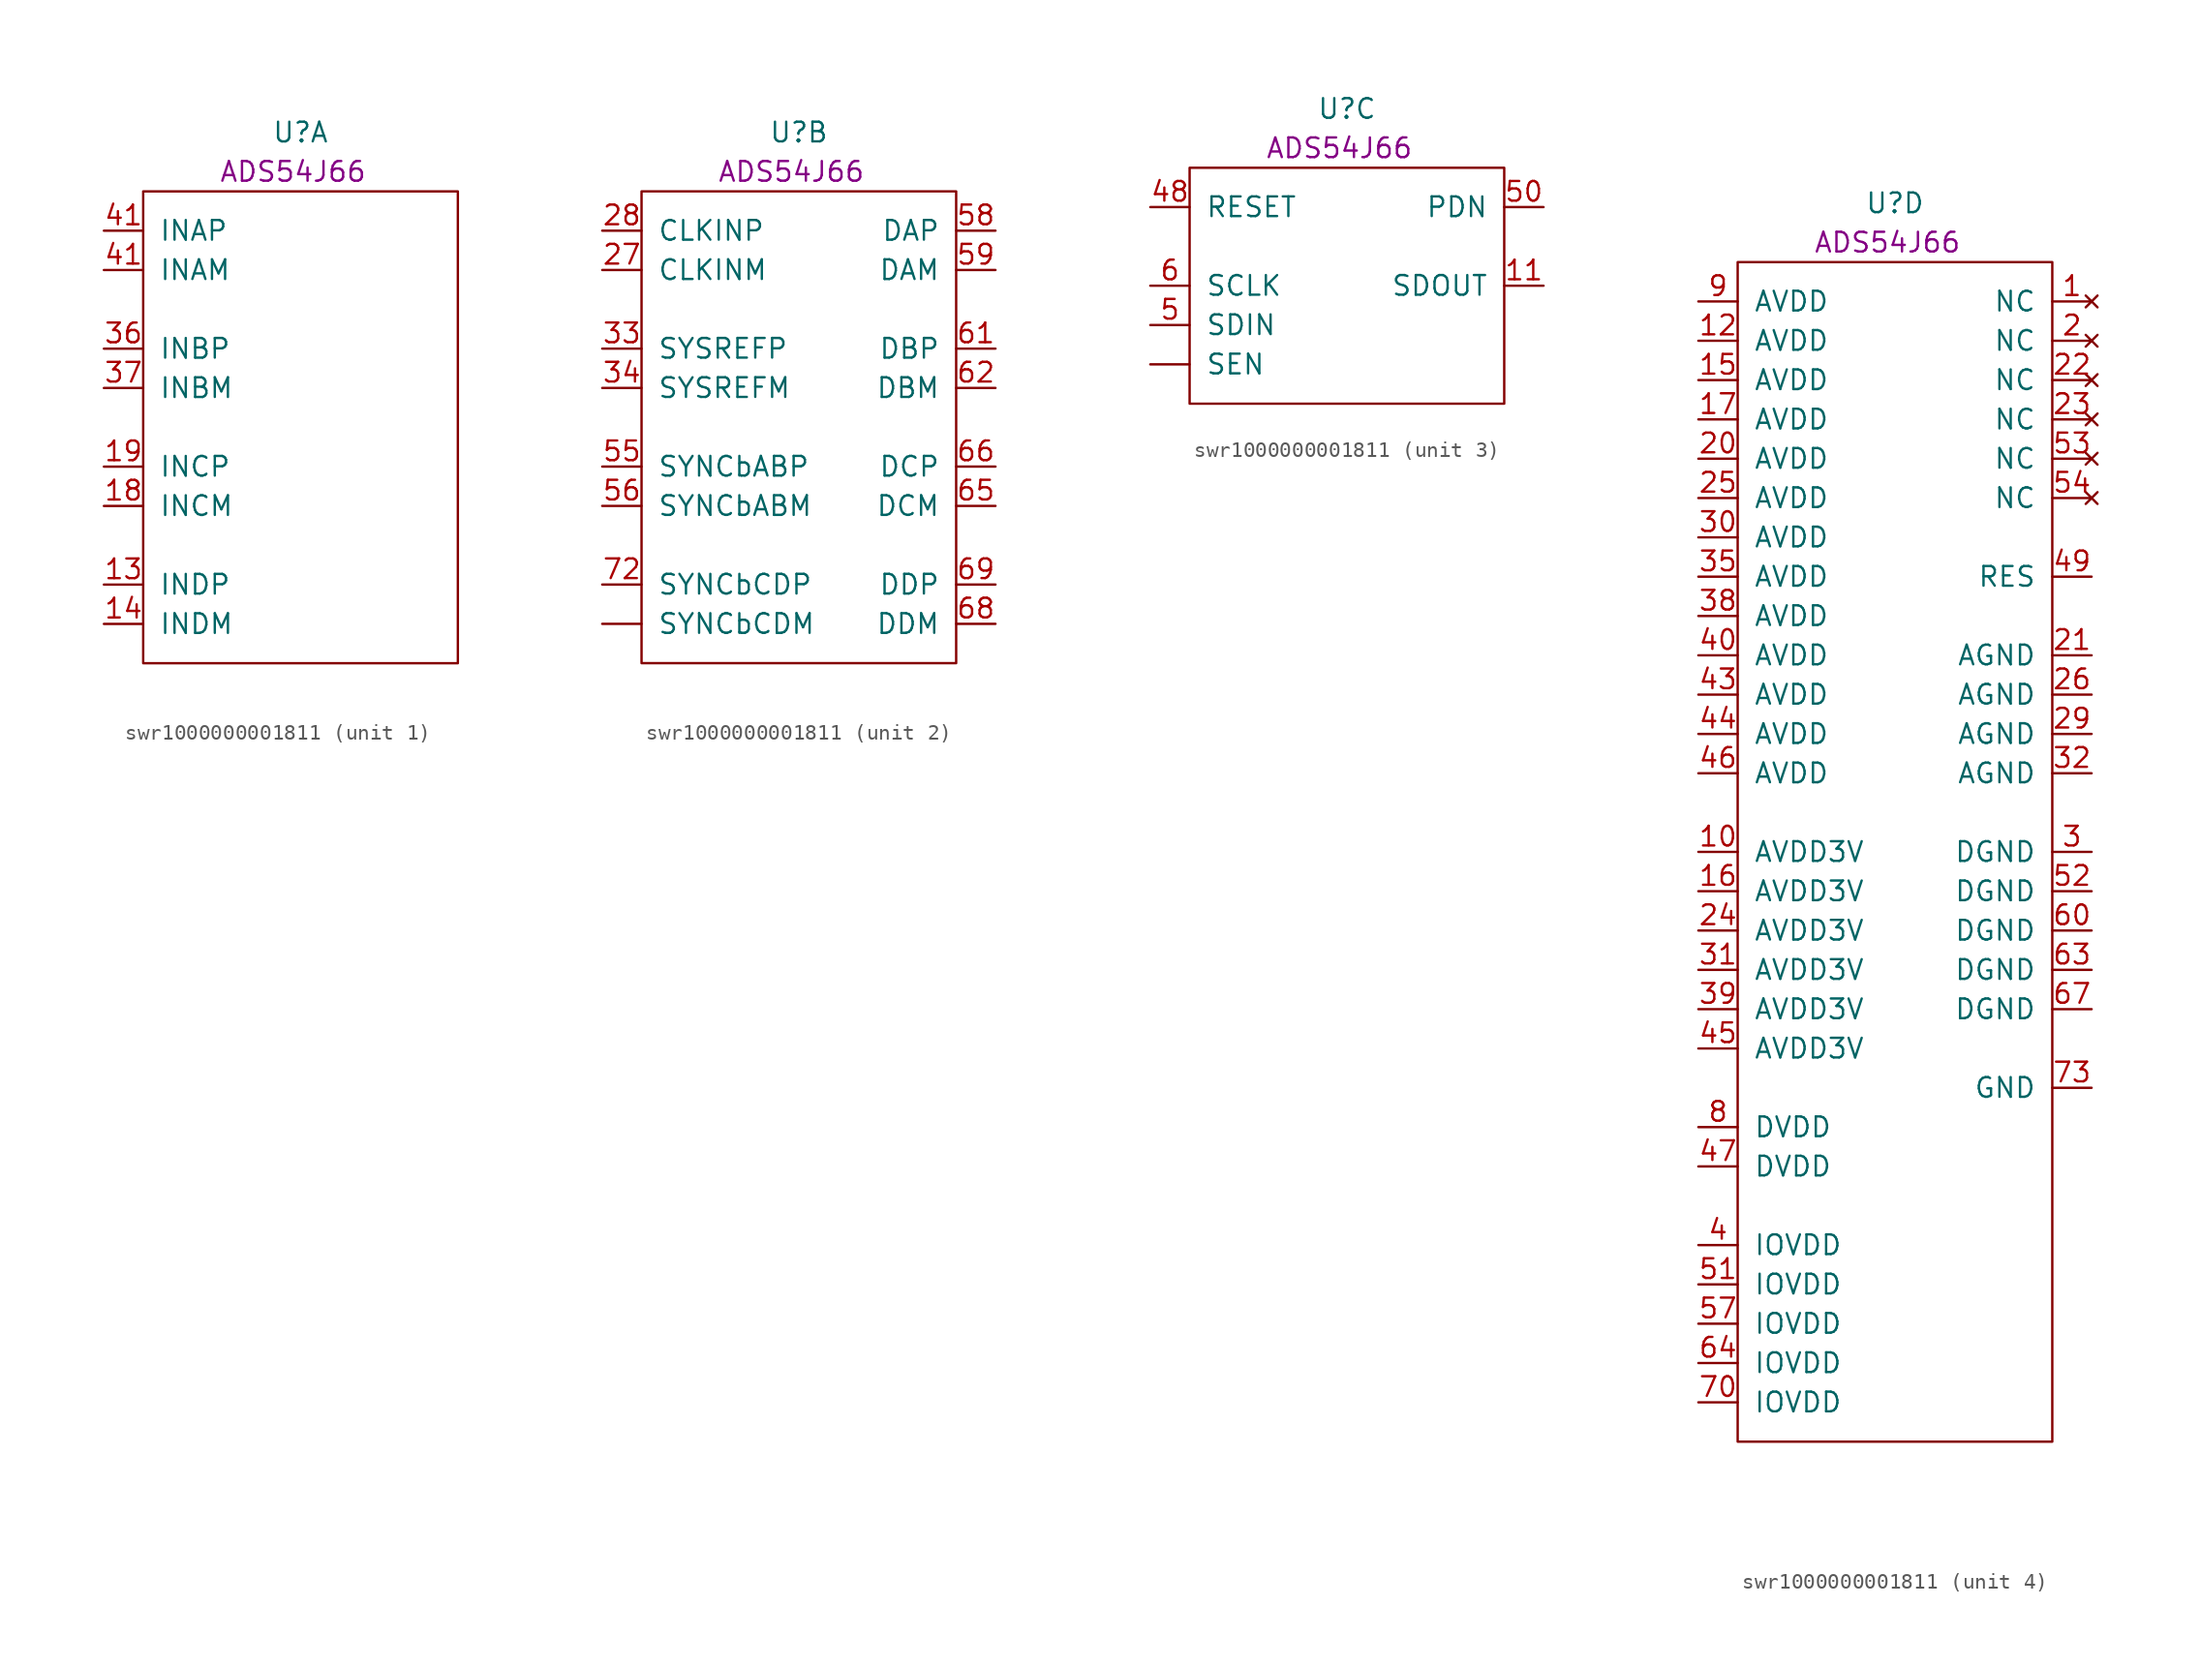
<source format=kicad_sym>
(kicad_symbol_lib
  (version 20220914)
  (generator kicad_symbol_editor)
  (symbol "swr1000000001811"
    (pin_names
      (offset 1.016))
    (property "Reference" "U"
      (at 0 3.81 0)
      (effects (font (size 1.27 1.27))))
    (property "PartValue" "ADS54J66 "
      (at 0 1.27 0)
      (effects (font (size 1.27 1.27))))
    (property "ki_locked" ""
      (at 0 0 0)
      (effects (font (size 1.27 1.27))))
    (symbol "swr1000000001811_1_1"
      (rectangle (start -10.16 0) (end 10.16 -30.48) (stroke (width 0) (type default)) (fill (type none)))
      (pin input line (at -12.7 -25.4 0) (length 2.54) (name "INDP" (effects (font (size 1.27 1.27)))) (number "13" (effects (font (size 1.27 1.27)))))
      (pin input line (at -12.7 -27.94 0) (length 2.54) (name "INDM" (effects (font (size 1.27 1.27)))) (number "14" (effects (font (size 1.27 1.27)))))
      (pin input line (at -12.7 -20.32 0) (length 2.54) (name "INCM" (effects (font (size 1.27 1.27)))) (number "18" (effects (font (size 1.27 1.27)))))
      (pin input line (at -12.7 -17.78 0) (length 2.54) (name "INCP" (effects (font (size 1.27 1.27)))) (number "19" (effects (font (size 1.27 1.27)))))
      (pin input line (at -12.7 -10.16 0) (length 2.54) (name "INBP" (effects (font (size 1.27 1.27)))) (number "36" (effects (font (size 1.27 1.27)))))
      (pin input line (at -12.7 -12.7 0) (length 2.54) (name "INBM" (effects (font (size 1.27 1.27)))) (number "37" (effects (font (size 1.27 1.27)))))
      (pin input line (at -12.7 -5.08 0) (length 2.54) (name "INAM" (effects (font (size 1.27 1.27)))) (number "41" (effects (font (size 1.27 1.27)))))
      (pin input line (at -12.7 -2.54 0) (length 2.54) (name "INAP" (effects (font (size 1.27 1.27)))) (number "41" (effects (font (size 1.27 1.27))))))
    (symbol "swr1000000001811_2_1"
      (rectangle (start -10.16 0) (end 10.16 -30.48) (stroke (width 0) (type default)) (fill (type none)))
      (pin input line (at -12.7 -5.08 0) (length 2.54) (name "CLKINM" (effects (font (size 1.27 1.27)))) (number "27" (effects (font (size 1.27 1.27)))))
      (pin input line (at -12.7 -2.54 0) (length 2.54) (name "CLKINP" (effects (font (size 1.27 1.27)))) (number "28" (effects (font (size 1.27 1.27)))))
      (pin input line (at -12.7 -10.16 0) (length 2.54) (name "SYSREFP" (effects (font (size 1.27 1.27)))) (number "33" (effects (font (size 1.27 1.27)))))
      (pin input line (at -12.7 -12.7 0) (length 2.54) (name "SYSREFM" (effects (font (size 1.27 1.27)))) (number "34" (effects (font (size 1.27 1.27)))))
      (pin input line (at -12.7 -17.78 0) (length 2.54) (name "SYNCbABP" (effects (font (size 1.27 1.27)))) (number "55" (effects (font (size 1.27 1.27)))))
      (pin input line (at -12.7 -20.32 0) (length 2.54) (name "SYNCbABM" (effects (font (size 1.27 1.27)))) (number "56" (effects (font (size 1.27 1.27)))))
      (pin output line (at 12.7 -2.54 180) (length 2.54) (name "DAP" (effects (font (size 1.27 1.27)))) (number "58" (effects (font (size 1.27 1.27)))))
      (pin output line (at 12.7 -5.08 180) (length 2.54) (name "DAM" (effects (font (size 1.27 1.27)))) (number "59" (effects (font (size 1.27 1.27)))))
      (pin output line (at 12.7 -10.16 180) (length 2.54) (name "DBP" (effects (font (size 1.27 1.27)))) (number "61" (effects (font (size 1.27 1.27)))))
      (pin output line (at 12.7 -12.7 180) (length 2.54) (name "DBM" (effects (font (size 1.27 1.27)))) (number "62" (effects (font (size 1.27 1.27)))))
      (pin output line (at 12.7 -20.32 180) (length 2.54) (name "DCM" (effects (font (size 1.27 1.27)))) (number "65" (effects (font (size 1.27 1.27)))))
      (pin output line (at 12.7 -17.78 180) (length 2.54) (name "DCP" (effects (font (size 1.27 1.27)))) (number "66" (effects (font (size 1.27 1.27)))))
      (pin output line (at 12.7 -27.94 180) (length 2.54) (name "DDM" (effects (font (size 1.27 1.27)))) (number "68" (effects (font (size 1.27 1.27)))))
      (pin output line (at 12.7 -25.4 180) (length 2.54) (name "DDP" (effects (font (size 1.27 1.27)))) (number "69" (effects (font (size 1.27 1.27)))))
      (pin input line (at -12.7 -25.4 0) (length 2.54) (name "SYNCbCDP" (effects (font (size 1.27 1.27)))) (number "72" (effects (font (size 1.27 1.27)))))
      (pin input line (at -12.7 -27.94 0) (length 2.54) (name "SYNCbCDM" (effects (font (size 1.27 1.27)))) (number "~" (effects (font (size 1.27 1.27))))))
    (symbol "swr1000000001811_3_1"
      (rectangle (start -10.16 0) (end 10.16 -15.24) (stroke (width 0) (type default)) (fill (type none)))
      (pin output line (at 12.7 -7.62 180) (length 2.54) (name "SDOUT" (effects (font (size 1.27 1.27)))) (number "11" (effects (font (size 1.27 1.27)))))
      (pin input line (at -12.7 -2.54 0) (length 2.54) (name "RESET" (effects (font (size 1.27 1.27)))) (number "48" (effects (font (size 1.27 1.27)))))
      (pin input line (at -12.7 -10.16 0) (length 2.54) (name "SDIN" (effects (font (size 1.27 1.27)))) (number "5" (effects (font (size 1.27 1.27)))))
      (pin bidirectional line (at 12.7 -2.54 180) (length 2.54) (name "PDN" (effects (font (size 1.27 1.27)))) (number "50" (effects (font (size 1.27 1.27)))))
      (pin input line (at -12.7 -7.62 0) (length 2.54) (name "SCLK" (effects (font (size 1.27 1.27)))) (number "6" (effects (font (size 1.27 1.27)))))
      (pin input line (at -12.7 -12.7 0) (length 2.54) (name "SEN" (effects (font (size 1.27 1.27)))) (number "~" (effects (font (size 1.27 1.27))))))
    (symbol "swr1000000001811_4_1"
      (rectangle (start -10.16 0) (end 10.16 -76.2) (stroke (width 0) (type default)) (fill (type none)))
      (pin no_connect line (at 12.7 -2.54 180) (length 2.54) (name "NC" (effects (font (size 1.27 1.27)))) (number "1" (effects (font (size 1.27 1.27)))))
      (pin power_in line (at -12.7 -38.1 0) (length 2.54) (name "AVDD3V" (effects (font (size 1.27 1.27)))) (number "10" (effects (font (size 1.27 1.27)))))
      (pin power_in line (at -12.7 -5.08 0) (length 2.54) (name "AVDD" (effects (font (size 1.27 1.27)))) (number "12" (effects (font (size 1.27 1.27)))))
      (pin power_in line (at -12.7 -7.62 0) (length 2.54) (name "AVDD" (effects (font (size 1.27 1.27)))) (number "15" (effects (font (size 1.27 1.27)))))
      (pin power_in line (at -12.7 -40.64 0) (length 2.54) (name "AVDD3V" (effects (font (size 1.27 1.27)))) (number "16" (effects (font (size 1.27 1.27)))))
      (pin power_in line (at -12.7 -10.16 0) (length 2.54) (name "AVDD" (effects (font (size 1.27 1.27)))) (number "17" (effects (font (size 1.27 1.27)))))
      (pin no_connect line (at 12.7 -5.08 180) (length 2.54) (name "NC" (effects (font (size 1.27 1.27)))) (number "2" (effects (font (size 1.27 1.27)))))
      (pin power_in line (at -12.7 -12.7 0) (length 2.54) (name "AVDD" (effects (font (size 1.27 1.27)))) (number "20" (effects (font (size 1.27 1.27)))))
      (pin power_in line (at 12.7 -25.4 180) (length 2.54) (name "AGND" (effects (font (size 1.27 1.27)))) (number "21" (effects (font (size 1.27 1.27)))))
      (pin no_connect line (at 12.7 -7.62 180) (length 2.54) (name "NC" (effects (font (size 1.27 1.27)))) (number "22" (effects (font (size 1.27 1.27)))))
      (pin no_connect line (at 12.7 -10.16 180) (length 2.54) (name "NC" (effects (font (size 1.27 1.27)))) (number "23" (effects (font (size 1.27 1.27)))))
      (pin power_in line (at -12.7 -43.18 0) (length 2.54) (name "AVDD3V" (effects (font (size 1.27 1.27)))) (number "24" (effects (font (size 1.27 1.27)))))
      (pin power_in line (at -12.7 -15.24 0) (length 2.54) (name "AVDD" (effects (font (size 1.27 1.27)))) (number "25" (effects (font (size 1.27 1.27)))))
      (pin power_in line (at 12.7 -27.94 180) (length 2.54) (name "AGND" (effects (font (size 1.27 1.27)))) (number "26" (effects (font (size 1.27 1.27)))))
      (pin power_in line (at 12.7 -30.48 180) (length 2.54) (name "AGND" (effects (font (size 1.27 1.27)))) (number "29" (effects (font (size 1.27 1.27)))))
      (pin power_in line (at 12.7 -38.1 180) (length 2.54) (name "DGND" (effects (font (size 1.27 1.27)))) (number "3" (effects (font (size 1.27 1.27)))))
      (pin power_in line (at -12.7 -17.78 0) (length 2.54) (name "AVDD" (effects (font (size 1.27 1.27)))) (number "30" (effects (font (size 1.27 1.27)))))
      (pin power_in line (at -12.7 -45.72 0) (length 2.54) (name "AVDD3V" (effects (font (size 1.27 1.27)))) (number "31" (effects (font (size 1.27 1.27)))))
      (pin power_in line (at 12.7 -33.02 180) (length 2.54) (name "AGND" (effects (font (size 1.27 1.27)))) (number "32" (effects (font (size 1.27 1.27)))))
      (pin power_in line (at -12.7 -20.32 0) (length 2.54) (name "AVDD" (effects (font (size 1.27 1.27)))) (number "35" (effects (font (size 1.27 1.27)))))
      (pin power_in line (at -12.7 -22.86 0) (length 2.54) (name "AVDD" (effects (font (size 1.27 1.27)))) (number "38" (effects (font (size 1.27 1.27)))))
      (pin power_in line (at -12.7 -48.26 0) (length 2.54) (name "AVDD3V" (effects (font (size 1.27 1.27)))) (number "39" (effects (font (size 1.27 1.27)))))
      (pin power_in line (at -12.7 -63.5 0) (length 2.54) (name "IOVDD" (effects (font (size 1.27 1.27)))) (number "4" (effects (font (size 1.27 1.27)))))
      (pin power_in line (at -12.7 -25.4 0) (length 2.54) (name "AVDD" (effects (font (size 1.27 1.27)))) (number "40" (effects (font (size 1.27 1.27)))))
      (pin power_in line (at -12.7 -27.94 0) (length 2.54) (name "AVDD" (effects (font (size 1.27 1.27)))) (number "43" (effects (font (size 1.27 1.27)))))
      (pin power_in line (at -12.7 -30.48 0) (length 2.54) (name "AVDD" (effects (font (size 1.27 1.27)))) (number "44" (effects (font (size 1.27 1.27)))))
      (pin power_in line (at -12.7 -50.8 0) (length 2.54) (name "AVDD3V" (effects (font (size 1.27 1.27)))) (number "45" (effects (font (size 1.27 1.27)))))
      (pin power_in line (at -12.7 -33.02 0) (length 2.54) (name "AVDD" (effects (font (size 1.27 1.27)))) (number "46" (effects (font (size 1.27 1.27)))))
      (pin power_in line (at -12.7 -58.42 0) (length 2.54) (name "DVDD" (effects (font (size 1.27 1.27)))) (number "47" (effects (font (size 1.27 1.27)))))
      (pin power_in line (at 12.7 -20.32 180) (length 2.54) (name "RES" (effects (font (size 1.27 1.27)))) (number "49" (effects (font (size 1.27 1.27)))))
      (pin power_in line (at -12.7 -66.04 0) (length 2.54) (name "IOVDD" (effects (font (size 1.27 1.27)))) (number "51" (effects (font (size 1.27 1.27)))))
      (pin power_in line (at 12.7 -40.64 180) (length 2.54) (name "DGND" (effects (font (size 1.27 1.27)))) (number "52" (effects (font (size 1.27 1.27)))))
      (pin no_connect line (at 12.7 -12.7 180) (length 2.54) (name "NC" (effects (font (size 1.27 1.27)))) (number "53" (effects (font (size 1.27 1.27)))))
      (pin no_connect line (at 12.7 -15.24 180) (length 2.54) (name "NC" (effects (font (size 1.27 1.27)))) (number "54" (effects (font (size 1.27 1.27)))))
      (pin power_in line (at -12.7 -68.58 0) (length 2.54) (name "IOVDD" (effects (font (size 1.27 1.27)))) (number "57" (effects (font (size 1.27 1.27)))))
      (pin power_in line (at 12.7 -43.18 180) (length 2.54) (name "DGND" (effects (font (size 1.27 1.27)))) (number "60" (effects (font (size 1.27 1.27)))))
      (pin power_in line (at 12.7 -45.72 180) (length 2.54) (name "DGND" (effects (font (size 1.27 1.27)))) (number "63" (effects (font (size 1.27 1.27)))))
      (pin power_in line (at -12.7 -71.12 0) (length 2.54) (name "IOVDD" (effects (font (size 1.27 1.27)))) (number "64" (effects (font (size 1.27 1.27)))))
      (pin power_in line (at 12.7 -48.26 180) (length 2.54) (name "DGND" (effects (font (size 1.27 1.27)))) (number "67" (effects (font (size 1.27 1.27)))))
      (pin power_in line (at -12.7 -73.66 0) (length 2.54) (name "IOVDD" (effects (font (size 1.27 1.27)))) (number "70" (effects (font (size 1.27 1.27)))))
      (pin power_in line (at 12.7 -53.34 180) (length 2.54) (name "GND" (effects (font (size 1.27 1.27)))) (number "73" (effects (font (size 1.27 1.27)))))
      (pin power_in line (at -12.7 -55.88 0) (length 2.54) (name "DVDD" (effects (font (size 1.27 1.27)))) (number "8" (effects (font (size 1.27 1.27)))))
      (pin power_in line (at -12.7 -2.54 0) (length 2.54) (name "AVDD" (effects (font (size 1.27 1.27)))) (number "9" (effects (font (size 1.27 1.27))))))))
</source>
